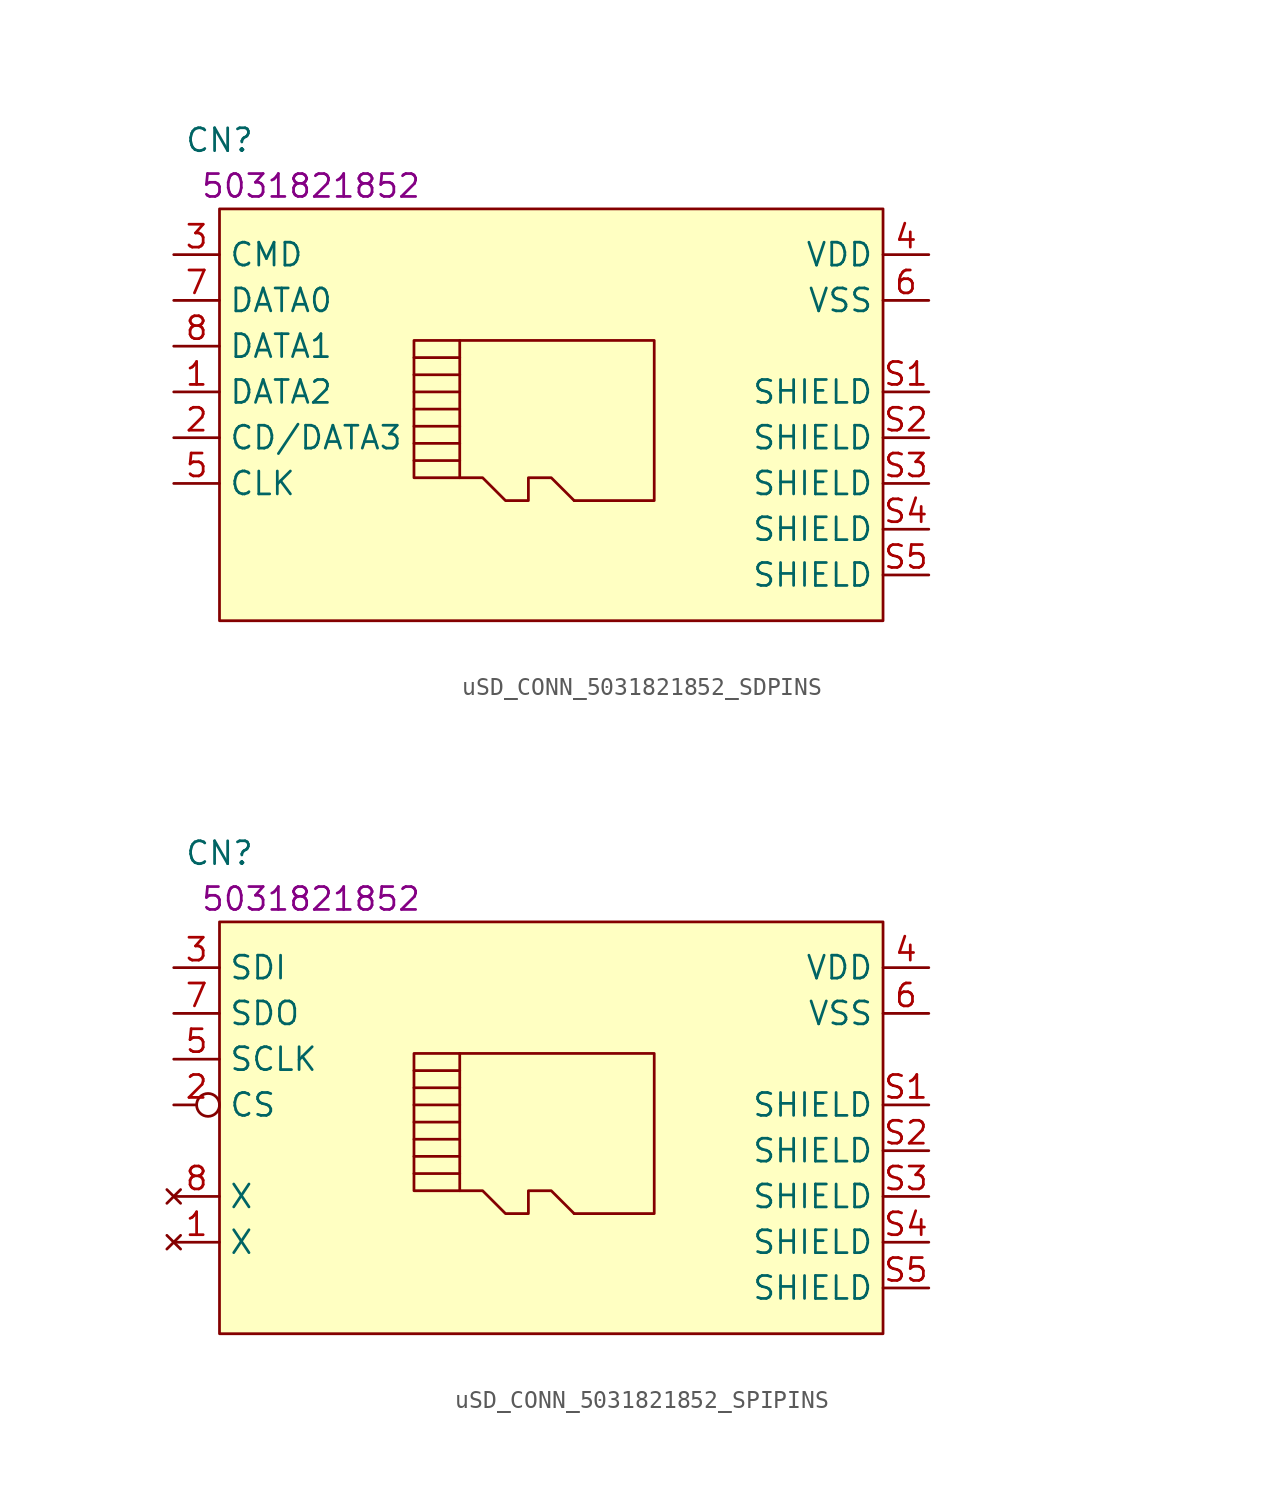
<source format=kicad_sym>
(kicad_symbol_lib
  (version 20211014)
  (generator kicad_symbol_editor)
  (symbol "uSD_CONN_5031821852_SDPINS"
    (property "Reference" "CN"
      (at 2.54 6.35 0)
      (effects (font (size 1.27 1.27))))
    (property "P/N" "5031821852"
      (at 7.62 3.81 0)
      (effects (font (size 1.27 1.27))))
    (property "Package" ""
      (at 52.07 2.54 0)
      (effects (font (size 1.27 1.27))))
    (symbol "uSD_CONN_5031821852_SDPINS_0_0"
      (pin bidirectional line (at 0 -7.62 0) (length 2.54) (name "DATA2" (effects (font (size 1.27 1.27)))) (number "1" (effects (font (size 1.27 1.27)))))
      (pin bidirectional line (at 0 -10.16 0) (length 2.54) (name "CD/DATA3" (effects (font (size 1.27 1.27)))) (number "2" (effects (font (size 1.27 1.27)))))
      (pin input line (at 0 0 0) (length 2.54) (name "CMD" (effects (font (size 1.27 1.27)))) (number "3" (effects (font (size 1.27 1.27)))))
      (pin power_in line (at 41.91 0 180) (length 2.54) (name "VDD" (effects (font (size 1.27 1.27)))) (number "4" (effects (font (size 1.27 1.27)))))
      (pin input line (at 0 -12.7 0) (length 2.54) (name "CLK" (effects (font (size 1.27 1.27)))) (number "5" (effects (font (size 1.27 1.27)))))
      (pin power_in line (at 41.91 -2.54 180) (length 2.54) (name "VSS" (effects (font (size 1.27 1.27)))) (number "6" (effects (font (size 1.27 1.27)))))
      (pin bidirectional line (at 0 -2.54 0) (length 2.54) (name "DATA0" (effects (font (size 1.27 1.27)))) (number "7" (effects (font (size 1.27 1.27)))))
      (pin bidirectional line (at 0 -5.08 0) (length 2.54) (name "DATA1" (effects (font (size 1.27 1.27)))) (number "8" (effects (font (size 1.27 1.27)))))
      (pin passive line (at 41.91 -7.62 180) (length 2.54) (name "SHIELD" (effects (font (size 1.27 1.27)))) (number "S1" (effects (font (size 1.27 1.27)))))
      (pin passive line (at 41.91 -10.16 180) (length 2.54) (name "SHIELD" (effects (font (size 1.27 1.27)))) (number "S2" (effects (font (size 1.27 1.27)))))
      (pin passive line (at 41.91 -12.7 180) (length 2.54) (name "SHIELD" (effects (font (size 1.27 1.27)))) (number "S3" (effects (font (size 1.27 1.27)))))
      (pin passive line (at 41.91 -15.24 180) (length 2.54) (name "SHIELD" (effects (font (size 1.27 1.27)))) (number "S4" (effects (font (size 1.27 1.27)))))
      (pin passive line (at 41.91 -17.78 180) (length 2.54) (name "SHIELD" (effects (font (size 1.27 1.27)))) (number "S5" (effects (font (size 1.27 1.27))))))
    (symbol "uSD_CONN_5031821852_SDPINS_0_1"
      (polyline (pts (xy 13.335 -11.43) (xy 15.875 -11.43)) (stroke (width 0) (type default) (color 0 0 0 0)) (fill (type none)))
      (polyline (pts (xy 13.335 -10.477) (xy 15.875 -10.477)) (stroke (width 0) (type default) (color 0 0 0 0)) (fill (type none)))
      (polyline (pts (xy 13.335 -9.525) (xy 15.875 -9.525)) (stroke (width 0) (type default) (color 0 0 0 0)) (fill (type none)))
      (polyline (pts (xy 13.335 -8.572) (xy 15.875 -8.572)) (stroke (width 0) (type default) (color 0 0 0 0)) (fill (type none)))
      (polyline (pts (xy 13.335 -7.62) (xy 15.875 -7.62)) (stroke (width 0) (type default) (color 0 0 0 0)) (fill (type none)))
      (polyline (pts (xy 13.335 -6.668) (xy 15.875 -6.668)) (stroke (width 0) (type default) (color 0 0 0 0)) (fill (type none)))
      (polyline (pts (xy 13.335 -5.715) (xy 15.875 -5.715)) (stroke (width 0) (type default) (color 0 0 0 0)) (fill (type none)))
      (polyline (pts (xy 22.225 -13.652) (xy 26.67 -13.652) (xy 26.67 -4.763) (xy 15.875 -4.763)) (stroke (width 0) (type default) (color 0 0 0 0)) (fill (type none)))
      (polyline (pts (xy 15.875 -12.383) (xy 17.145 -12.383) (xy 18.415 -13.652) (xy 19.685 -13.652) (xy 19.685 -12.383) (xy 20.955 -12.383) (xy 22.225 -13.652)) (stroke (width 0) (type default) (color 0 0 0 0)) (fill (type none)))
      (rectangle (start 2.54 2.54) (end 39.37 -20.32) (stroke (width 0) (type default) (color 0 0 0 0)) (fill (type background)))
      (rectangle (start 13.335 -4.763) (end 15.875 -12.383) (stroke (width 0) (type default) (color 0 0 0 0)) (fill (type none)))))
  (symbol "uSD_CONN_5031821852_SPIPINS"
    (property "Reference" "CN"
      (at 2.54 6.35 0)
      (effects (font (size 1.27 1.27))))
    (property "P/N" "5031821852"
      (at 7.62 3.81 0)
      (effects (font (size 1.27 1.27))))
    (property "Package" ""
      (at 52.07 2.54 0)
      (effects (font (size 1.27 1.27))))
    (symbol "uSD_CONN_5031821852_SPIPINS_0_0"
      (pin no_connect line (at 0 -15.24 0) (length 2.54) (name "X" (effects (font (size 1.27 1.27)))) (number "1" (effects (font (size 1.27 1.27)))))
      (pin input inverted (at 0 -7.62 0) (length 2.54) (name "CS" (effects (font (size 1.27 1.27)))) (number "2" (effects (font (size 1.27 1.27)))))
      (pin input line (at 0 0 0) (length 2.54) (name "SDI" (effects (font (size 1.27 1.27)))) (number "3" (effects (font (size 1.27 1.27)))))
      (pin power_in line (at 41.91 0 180) (length 2.54) (name "VDD" (effects (font (size 1.27 1.27)))) (number "4" (effects (font (size 1.27 1.27)))))
      (pin input line (at 0 -5.08 0) (length 2.54) (name "SCLK" (effects (font (size 1.27 1.27)))) (number "5" (effects (font (size 1.27 1.27)))))
      (pin power_in line (at 41.91 -2.54 180) (length 2.54) (name "VSS" (effects (font (size 1.27 1.27)))) (number "6" (effects (font (size 1.27 1.27)))))
      (pin output line (at 0 -2.54 0) (length 2.54) (name "SDO" (effects (font (size 1.27 1.27)))) (number "7" (effects (font (size 1.27 1.27)))))
      (pin no_connect line (at 0 -12.7 0) (length 2.54) (name "X" (effects (font (size 1.27 1.27)))) (number "8" (effects (font (size 1.27 1.27)))))
      (pin passive line (at 41.91 -7.62 180) (length 2.54) (name "SHIELD" (effects (font (size 1.27 1.27)))) (number "S1" (effects (font (size 1.27 1.27)))))
      (pin passive line (at 41.91 -10.16 180) (length 2.54) (name "SHIELD" (effects (font (size 1.27 1.27)))) (number "S2" (effects (font (size 1.27 1.27)))))
      (pin passive line (at 41.91 -12.7 180) (length 2.54) (name "SHIELD" (effects (font (size 1.27 1.27)))) (number "S3" (effects (font (size 1.27 1.27)))))
      (pin passive line (at 41.91 -15.24 180) (length 2.54) (name "SHIELD" (effects (font (size 1.27 1.27)))) (number "S4" (effects (font (size 1.27 1.27)))))
      (pin passive line (at 41.91 -17.78 180) (length 2.54) (name "SHIELD" (effects (font (size 1.27 1.27)))) (number "S5" (effects (font (size 1.27 1.27))))))
    (symbol "uSD_CONN_5031821852_SPIPINS_0_1"
      (polyline (pts (xy 13.335 -11.43) (xy 15.875 -11.43)) (stroke (width 0) (type default) (color 0 0 0 0)) (fill (type none)))
      (polyline (pts (xy 13.335 -10.477) (xy 15.875 -10.477)) (stroke (width 0) (type default) (color 0 0 0 0)) (fill (type none)))
      (polyline (pts (xy 13.335 -9.525) (xy 15.875 -9.525)) (stroke (width 0) (type default) (color 0 0 0 0)) (fill (type none)))
      (polyline (pts (xy 13.335 -8.572) (xy 15.875 -8.572)) (stroke (width 0) (type default) (color 0 0 0 0)) (fill (type none)))
      (polyline (pts (xy 13.335 -7.62) (xy 15.875 -7.62)) (stroke (width 0) (type default) (color 0 0 0 0)) (fill (type none)))
      (polyline (pts (xy 13.335 -6.668) (xy 15.875 -6.668)) (stroke (width 0) (type default) (color 0 0 0 0)) (fill (type none)))
      (polyline (pts (xy 13.335 -5.715) (xy 15.875 -5.715)) (stroke (width 0) (type default) (color 0 0 0 0)) (fill (type none)))
      (polyline (pts (xy 22.225 -13.652) (xy 26.67 -13.652) (xy 26.67 -4.763) (xy 15.875 -4.763)) (stroke (width 0) (type default) (color 0 0 0 0)) (fill (type none)))
      (polyline (pts (xy 15.875 -12.383) (xy 17.145 -12.383) (xy 18.415 -13.652) (xy 19.685 -13.652) (xy 19.685 -12.383) (xy 20.955 -12.383) (xy 22.225 -13.652)) (stroke (width 0) (type default) (color 0 0 0 0)) (fill (type none)))
      (rectangle (start 2.54 2.54) (end 39.37 -20.32) (stroke (width 0) (type default) (color 0 0 0 0)) (fill (type background)))
      (rectangle (start 13.335 -4.763) (end 15.875 -12.383) (stroke (width 0) (type default) (color 0 0 0 0)) (fill (type none))))))
</source>
